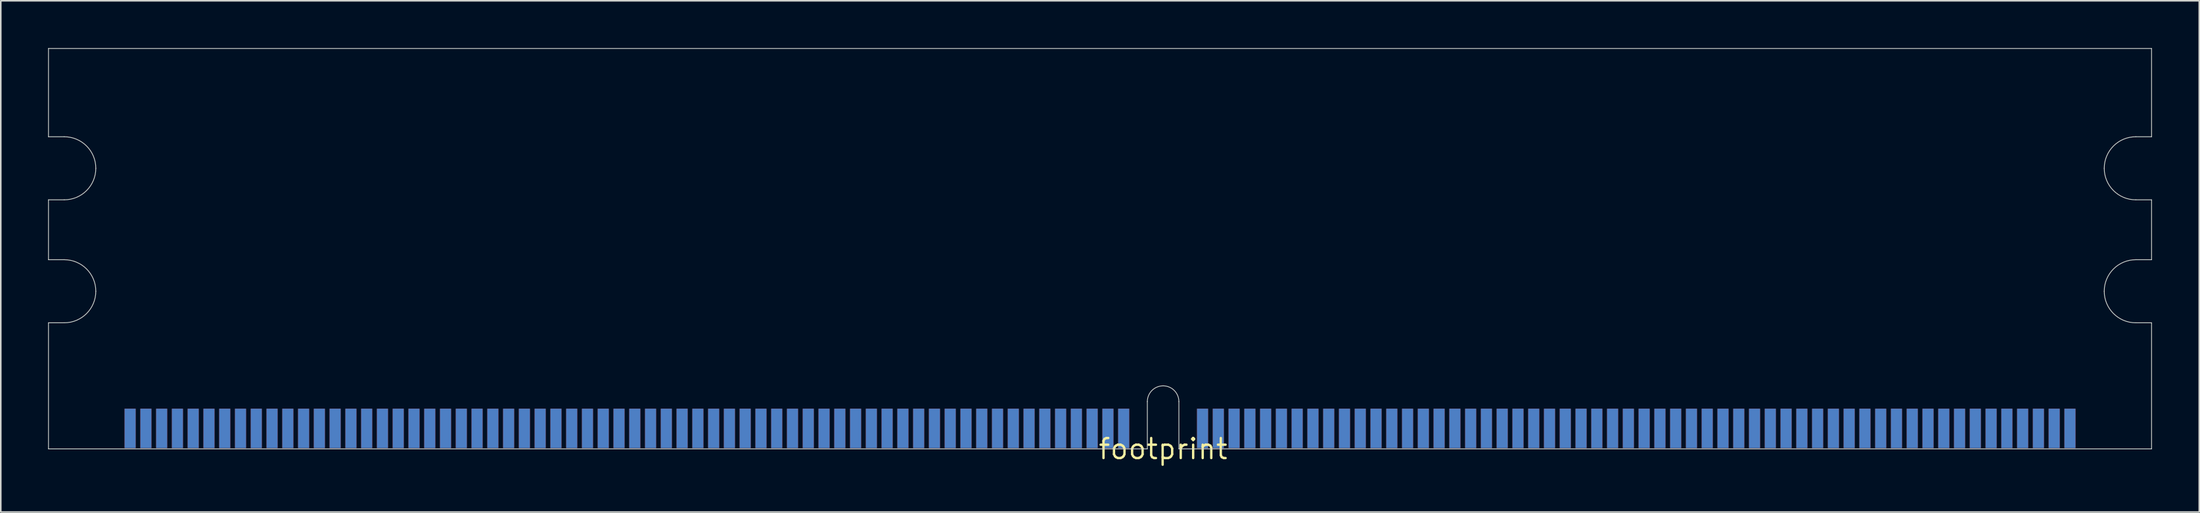
<source format=kicad_pcb>
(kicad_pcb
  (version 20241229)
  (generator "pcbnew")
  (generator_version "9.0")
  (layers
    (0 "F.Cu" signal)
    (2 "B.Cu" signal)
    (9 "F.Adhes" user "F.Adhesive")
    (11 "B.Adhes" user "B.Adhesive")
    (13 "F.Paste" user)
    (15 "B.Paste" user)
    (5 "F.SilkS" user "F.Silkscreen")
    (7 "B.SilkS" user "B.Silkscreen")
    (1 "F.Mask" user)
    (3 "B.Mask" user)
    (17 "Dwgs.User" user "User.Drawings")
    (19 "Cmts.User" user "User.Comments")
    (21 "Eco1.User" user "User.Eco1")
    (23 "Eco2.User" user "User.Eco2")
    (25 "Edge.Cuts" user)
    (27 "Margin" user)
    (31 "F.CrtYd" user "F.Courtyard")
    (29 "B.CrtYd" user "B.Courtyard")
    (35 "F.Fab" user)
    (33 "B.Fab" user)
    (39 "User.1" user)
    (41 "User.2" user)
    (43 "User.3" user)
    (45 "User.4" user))
  (footprint "footprint"
    (layer "F.Cu")
    (at 70.7 25.425)
    (property "Reference" "footprint" (at 0 0 0) (layer "F.SilkS") (effects (font (size 1.27 1.27) (thickness 0.15))))
    (fp_line (start -70.675 -25.4) (end -70.675 -19.8) (stroke (width 0.05) (type solid)) (layer "Edge.Cuts"))
    (fp_line (start -70.675 -15.8) (end -70.675 -12) (stroke (width 0.05) (type solid)) (layer "Edge.Cuts"))
    (fp_line (start -70.675 -15.8) (end -69.675 -15.8) (stroke (width 0.05) (type solid)) (layer "Edge.Cuts"))
    (fp_line (start -70.675 -8) (end -70.675 0) (stroke (width 0.05) (type solid)) (layer "Edge.Cuts"))
    (fp_line (start -70.675 -8) (end -69.675 -8) (stroke (width 0.05) (type solid)) (layer "Edge.Cuts"))
    (fp_line (start -70.675 0) (end -1 0) (stroke (width 0.05) (type solid)) (layer "Edge.Cuts"))
    (fp_line (start -69.675 -19.8) (end -70.675 -19.8) (stroke (width 0.05) (type solid)) (layer "Edge.Cuts"))
    (fp_line (start -69.675 -12) (end -70.675 -12) (stroke (width 0.05) (type solid)) (layer "Edge.Cuts"))
    (fp_line (start -1 0) (end -1 -3) (stroke (width 0.05) (type solid)) (layer "Edge.Cuts"))
    (fp_line (start 1 -3) (end 1 0) (stroke (width 0.05) (type solid)) (layer "Edge.Cuts"))
    (fp_line (start 1 0) (end 62.675 0) (stroke (width 0.05) (type solid)) (layer "Edge.Cuts"))
    (fp_line (start 61.675 -15.8) (end 62.675 -15.8) (stroke (width 0.05) (type solid)) (layer "Edge.Cuts"))
    (fp_line (start 61.675 -8) (end 62.675 -8) (stroke (width 0.05) (type solid)) (layer "Edge.Cuts"))
    (fp_line (start 62.675 -25.4) (end -70.675 -25.4) (stroke (width 0.05) (type solid)) (layer "Edge.Cuts"))
    (fp_line (start 62.675 -19.8) (end 61.675 -19.8) (stroke (width 0.05) (type solid)) (layer "Edge.Cuts"))
    (fp_line (start 62.675 -19.8) (end 62.675 -25.4) (stroke (width 0.05) (type solid)) (layer "Edge.Cuts"))
    (fp_line (start 62.675 -12) (end 61.675 -12) (stroke (width 0.05) (type solid)) (layer "Edge.Cuts"))
    (fp_line (start 62.675 -12) (end 62.675 -15.8) (stroke (width 0.05) (type solid)) (layer "Edge.Cuts"))
    (fp_line (start 62.675 0) (end 62.675 -8) (stroke (width 0.05) (type solid)) (layer "Edge.Cuts"))
    (fp_arc (start -69.675 -19.8) (mid -68.260786 -19.214214) (end -67.675 -17.8) (stroke (width 0.05) (type solid)) (layer "Edge.Cuts"))
    (fp_arc (start -69.675 -12) (mid -68.260786 -11.414214) (end -67.675 -10) (stroke (width 0.05) (type solid)) (layer "Edge.Cuts"))
    (fp_arc (start -67.675 -17.8) (mid -68.260786 -16.385786) (end -69.675 -15.8) (stroke (width 0.05) (type solid)) (layer "Edge.Cuts"))
    (fp_arc (start -67.675 -10) (mid -68.260786 -8.585786) (end -69.675 -8) (stroke (width 0.05) (type solid)) (layer "Edge.Cuts"))
    (fp_arc (start -1 -3) (mid -0.707107 -3.707107) (end 0 -4) (stroke (width 0.05) (type solid)) (layer "Edge.Cuts"))
    (fp_arc (start 0 -4) (mid 0.707107 -3.707107) (end 1 -3) (stroke (width 0.05) (type solid)) (layer "Edge.Cuts"))
    (fp_arc (start 59.675 -17.8) (mid 60.260786 -19.214214) (end 61.675 -19.8) (stroke (width 0.05) (type solid)) (layer "Edge.Cuts"))
    (fp_arc (start 59.675 -10) (mid 60.260786 -11.414214) (end 61.675 -12) (stroke (width 0.05) (type solid)) (layer "Edge.Cuts"))
    (fp_arc (start 61.675 -15.8) (mid 60.260786 -16.385786) (end 59.675 -17.8) (stroke (width 0.05) (type solid)) (layer "Edge.Cuts"))
    (fp_arc (start 61.675 -8) (mid 60.260786 -8.585786) (end 59.675 -10) (stroke (width 0.05) (type solid)) (layer "Edge.Cuts"))
    (pad "1" smd rect (at -65.5 -1.3) (size 0.7 2.5) (layers "F.Cu" "F.Mask" "F.Paste"))
    (pad "2" smd rect (at -64.5 -1.3) (size 0.7 2.5) (layers "F.Cu" "F.Mask" "F.Paste"))
    (pad "3" smd rect (at -63.5 -1.3) (size 0.7 2.5) (layers "F.Cu" "F.Mask" "F.Paste"))
    (pad "4" smd rect (at -62.5 -1.3) (size 0.7 2.5) (layers "F.Cu" "F.Mask" "F.Paste"))
    (pad "5" smd rect (at -61.5 -1.3) (size 0.7 2.5) (layers "F.Cu" "F.Mask" "F.Paste"))
    (pad "6" smd rect (at -60.5 -1.3) (size 0.7 2.5) (layers "F.Cu" "F.Mask" "F.Paste"))
    (pad "7" smd rect (at -59.5 -1.3) (size 0.7 2.5) (layers "F.Cu" "F.Mask" "F.Paste"))
    (pad "8" smd rect (at -58.5 -1.3) (size 0.7 2.5) (layers "F.Cu" "F.Mask" "F.Paste"))
    (pad "9" smd rect (at -57.5 -1.3) (size 0.7 2.5) (layers "F.Cu" "F.Mask" "F.Paste"))
    (pad "10" smd rect (at -56.5 -1.3) (size 0.7 2.5) (layers "F.Cu" "F.Mask" "F.Paste"))
    (pad "11" smd rect (at -55.5 -1.3) (size 0.7 2.5) (layers "F.Cu" "F.Mask" "F.Paste"))
    (pad "12" smd rect (at -54.5 -1.3) (size 0.7 2.5) (layers "F.Cu" "F.Mask" "F.Paste"))
    (pad "13" smd rect (at -53.5 -1.3) (size 0.7 2.5) (layers "F.Cu" "F.Mask" "F.Paste"))
    (pad "14" smd rect (at -52.5 -1.3) (size 0.7 2.5) (layers "F.Cu" "F.Mask" "F.Paste"))
    (pad "15" smd rect (at -51.5 -1.3) (size 0.7 2.5) (layers "F.Cu" "F.Mask" "F.Paste"))
    (pad "16" smd rect (at -50.5 -1.3) (size 0.7 2.5) (layers "F.Cu" "F.Mask" "F.Paste"))
    (pad "17" smd rect (at -49.5 -1.3) (size 0.7 2.5) (layers "F.Cu" "F.Mask" "F.Paste"))
    (pad "18" smd rect (at -48.5 -1.3) (size 0.7 2.5) (layers "F.Cu" "F.Mask" "F.Paste"))
    (pad "19" smd rect (at -47.5 -1.3) (size 0.7 2.5) (layers "F.Cu" "F.Mask" "F.Paste"))
    (pad "20" smd rect (at -46.5 -1.3) (size 0.7 2.5) (layers "F.Cu" "F.Mask" "F.Paste"))
    (pad "21" smd rect (at -45.5 -1.3) (size 0.7 2.5) (layers "F.Cu" "F.Mask" "F.Paste"))
    (pad "22" smd rect (at -44.5 -1.3) (size 0.7 2.5) (layers "F.Cu" "F.Mask" "F.Paste"))
    (pad "23" smd rect (at -43.5 -1.3) (size 0.7 2.5) (layers "F.Cu" "F.Mask" "F.Paste"))
    (pad "24" smd rect (at -42.5 -1.3) (size 0.7 2.5) (layers "F.Cu" "F.Mask" "F.Paste"))
    (pad "25" smd rect (at -41.5 -1.3) (size 0.7 2.5) (layers "F.Cu" "F.Mask" "F.Paste"))
    (pad "26" smd rect (at -40.5 -1.3) (size 0.7 2.5) (layers "F.Cu" "F.Mask" "F.Paste"))
    (pad "27" smd rect (at -39.5 -1.3) (size 0.7 2.5) (layers "F.Cu" "F.Mask" "F.Paste"))
    (pad "28" smd rect (at -38.5 -1.3) (size 0.7 2.5) (layers "F.Cu" "F.Mask" "F.Paste"))
    (pad "29" smd rect (at -37.5 -1.3) (size 0.7 2.5) (layers "F.Cu" "F.Mask" "F.Paste"))
    (pad "30" smd rect (at -36.5 -1.3) (size 0.7 2.5) (layers "F.Cu" "F.Mask" "F.Paste"))
    (pad "31" smd rect (at -35.5 -1.3) (size 0.7 2.5) (layers "F.Cu" "F.Mask" "F.Paste"))
    (pad "32" smd rect (at -34.5 -1.3) (size 0.7 2.5) (layers "F.Cu" "F.Mask" "F.Paste"))
    (pad "33" smd rect (at -33.5 -1.3) (size 0.7 2.5) (layers "F.Cu" "F.Mask" "F.Paste"))
    (pad "34" smd rect (at -32.5 -1.3) (size 0.7 2.5) (layers "F.Cu" "F.Mask" "F.Paste"))
    (pad "35" smd rect (at -31.5 -1.3) (size 0.7 2.5) (layers "F.Cu" "F.Mask" "F.Paste"))
    (pad "36" smd rect (at -30.5 -1.3) (size 0.7 2.5) (layers "F.Cu" "F.Mask" "F.Paste"))
    (pad "37" smd rect (at -29.5 -1.3) (size 0.7 2.5) (layers "F.Cu" "F.Mask" "F.Paste"))
    (pad "38" smd rect (at -28.5 -1.3) (size 0.7 2.5) (layers "F.Cu" "F.Mask" "F.Paste"))
    (pad "39" smd rect (at -27.5 -1.3) (size 0.7 2.5) (layers "F.Cu" "F.Mask" "F.Paste"))
    (pad "40" smd rect (at -26.5 -1.3) (size 0.7 2.5) (layers "F.Cu" "F.Mask" "F.Paste"))
    (pad "41" smd rect (at -25.5 -1.3) (size 0.7 2.5) (layers "F.Cu" "F.Mask" "F.Paste"))
    (pad "42" smd rect (at -24.5 -1.3) (size 0.7 2.5) (layers "F.Cu" "F.Mask" "F.Paste"))
    (pad "43" smd rect (at -23.5 -1.3) (size 0.7 2.5) (layers "F.Cu" "F.Mask" "F.Paste"))
    (pad "44" smd rect (at -22.5 -1.3) (size 0.7 2.5) (layers "F.Cu" "F.Mask" "F.Paste"))
    (pad "45" smd rect (at -21.5 -1.3) (size 0.7 2.5) (layers "F.Cu" "F.Mask" "F.Paste"))
    (pad "46" smd rect (at -20.5 -1.3) (size 0.7 2.5) (layers "F.Cu" "F.Mask" "F.Paste"))
    (pad "47" smd rect (at -19.5 -1.3) (size 0.7 2.5) (layers "F.Cu" "F.Mask" "F.Paste"))
    (pad "48" smd rect (at -18.5 -1.3) (size 0.7 2.5) (layers "F.Cu" "F.Mask" "F.Paste"))
    (pad "49" smd rect (at -17.5 -1.3) (size 0.7 2.5) (layers "F.Cu" "F.Mask" "F.Paste"))
    (pad "50" smd rect (at -16.5 -1.3) (size 0.7 2.5) (layers "F.Cu" "F.Mask" "F.Paste"))
    (pad "51" smd rect (at -15.5 -1.3) (size 0.7 2.5) (layers "F.Cu" "F.Mask" "F.Paste"))
    (pad "52" smd rect (at -14.5 -1.3) (size 0.7 2.5) (layers "F.Cu" "F.Mask" "F.Paste"))
    (pad "53" smd rect (at -13.5 -1.3) (size 0.7 2.5) (layers "F.Cu" "F.Mask" "F.Paste"))
    (pad "54" smd rect (at -12.5 -1.3) (size 0.7 2.5) (layers "F.Cu" "F.Mask" "F.Paste"))
    (pad "55" smd rect (at -11.5 -1.3) (size 0.7 2.5) (layers "F.Cu" "F.Mask" "F.Paste"))
    (pad "56" smd rect (at -10.5 -1.3) (size 0.7 2.5) (layers "F.Cu" "F.Mask" "F.Paste"))
    (pad "57" smd rect (at -9.5 -1.3) (size 0.7 2.5) (layers "F.Cu" "F.Mask" "F.Paste"))
    (pad "58" smd rect (at -8.5 -1.3) (size 0.7 2.5) (layers "F.Cu" "F.Mask" "F.Paste"))
    (pad "59" smd rect (at -7.5 -1.3) (size 0.7 2.5) (layers "F.Cu" "F.Mask" "F.Paste"))
    (pad "60" smd rect (at -6.5 -1.3) (size 0.7 2.5) (layers "F.Cu" "F.Mask" "F.Paste"))
    (pad "61" smd rect (at -5.5 -1.3) (size 0.7 2.5) (layers "F.Cu" "F.Mask" "F.Paste"))
    (pad "62" smd rect (at -4.5 -1.3) (size 0.7 2.5) (layers "F.Cu" "F.Mask" "F.Paste"))
    (pad "63" smd rect (at -3.5 -1.3) (size 0.7 2.5) (layers "F.Cu" "F.Mask" "F.Paste"))
    (pad "64" smd rect (at -2.5 -1.3) (size 0.7 2.5) (layers "F.Cu" "F.Mask" "F.Paste"))
    (pad "65" smd rect (at 2.5 -1.3) (size 0.7 2.5) (layers "F.Cu" "F.Mask" "F.Paste"))
    (pad "66" smd rect (at 3.5 -1.3) (size 0.7 2.5) (layers "F.Cu" "F.Mask" "F.Paste"))
    (pad "67" smd rect (at 4.5 -1.3) (size 0.7 2.5) (layers "F.Cu" "F.Mask" "F.Paste"))
    (pad "68" smd rect (at 5.5 -1.3) (size 0.7 2.5) (layers "F.Cu" "F.Mask" "F.Paste"))
    (pad "69" smd rect (at 6.5 -1.3) (size 0.7 2.5) (layers "F.Cu" "F.Mask" "F.Paste"))
    (pad "70" smd rect (at 7.5 -1.3) (size 0.7 2.5) (layers "F.Cu" "F.Mask" "F.Paste"))
    (pad "71" smd rect (at 8.5 -1.3) (size 0.7 2.5) (layers "F.Cu" "F.Mask" "F.Paste"))
    (pad "72" smd rect (at 9.5 -1.3) (size 0.7 2.5) (layers "F.Cu" "F.Mask" "F.Paste"))
    (pad "73" smd rect (at 10.5 -1.3) (size 0.7 2.5) (layers "F.Cu" "F.Mask" "F.Paste"))
    (pad "74" smd rect (at 11.5 -1.3) (size 0.7 2.5) (layers "F.Cu" "F.Mask" "F.Paste"))
    (pad "75" smd rect (at 12.5 -1.3) (size 0.7 2.5) (layers "F.Cu" "F.Mask" "F.Paste"))
    (pad "76" smd rect (at 13.5 -1.3) (size 0.7 2.5) (layers "F.Cu" "F.Mask" "F.Paste"))
    (pad "77" smd rect (at 14.5 -1.3) (size 0.7 2.5) (layers "F.Cu" "F.Mask" "F.Paste"))
    (pad "78" smd rect (at 15.5 -1.3) (size 0.7 2.5) (layers "F.Cu" "F.Mask" "F.Paste"))
    (pad "79" smd rect (at 16.5 -1.3) (size 0.7 2.5) (layers "F.Cu" "F.Mask" "F.Paste"))
    (pad "80" smd rect (at 17.5 -1.3) (size 0.7 2.5) (layers "F.Cu" "F.Mask" "F.Paste"))
    (pad "81" smd rect (at 18.5 -1.3) (size 0.7 2.5) (layers "F.Cu" "F.Mask" "F.Paste"))
    (pad "82" smd rect (at 19.5 -1.3) (size 0.7 2.5) (layers "F.Cu" "F.Mask" "F.Paste"))
    (pad "83" smd rect (at 20.5 -1.3) (size 0.7 2.5) (layers "F.Cu" "F.Mask" "F.Paste"))
    (pad "84" smd rect (at 21.5 -1.3) (size 0.7 2.5) (layers "F.Cu" "F.Mask" "F.Paste"))
    (pad "85" smd rect (at 22.5 -1.3) (size 0.7 2.5) (layers "F.Cu" "F.Mask" "F.Paste"))
    (pad "86" smd rect (at 23.5 -1.3) (size 0.7 2.5) (layers "F.Cu" "F.Mask" "F.Paste"))
    (pad "87" smd rect (at 24.5 -1.3) (size 0.7 2.5) (layers "F.Cu" "F.Mask" "F.Paste"))
    (pad "88" smd rect (at 25.5 -1.3) (size 0.7 2.5) (layers "F.Cu" "F.Mask" "F.Paste"))
    (pad "89" smd rect (at 26.5 -1.3) (size 0.7 2.5) (layers "F.Cu" "F.Mask" "F.Paste"))
    (pad "90" smd rect (at 27.5 -1.3) (size 0.7 2.5) (layers "F.Cu" "F.Mask" "F.Paste"))
    (pad "91" smd rect (at 28.5 -1.3) (size 0.7 2.5) (layers "F.Cu" "F.Mask" "F.Paste"))
    (pad "92" smd rect (at 29.5 -1.3) (size 0.7 2.5) (layers "F.Cu" "F.Mask" "F.Paste"))
    (pad "93" smd rect (at 30.5 -1.3) (size 0.7 2.5) (layers "F.Cu" "F.Mask" "F.Paste"))
    (pad "94" smd rect (at 31.5 -1.3) (size 0.7 2.5) (layers "F.Cu" "F.Mask" "F.Paste"))
    (pad "95" smd rect (at 32.5 -1.3) (size 0.7 2.5) (layers "F.Cu" "F.Mask" "F.Paste"))
    (pad "96" smd rect (at 33.5 -1.3) (size 0.7 2.5) (layers "F.Cu" "F.Mask" "F.Paste"))
    (pad "97" smd rect (at 34.5 -1.3) (size 0.7 2.5) (layers "F.Cu" "F.Mask" "F.Paste"))
    (pad "98" smd rect (at 35.5 -1.3) (size 0.7 2.5) (layers "F.Cu" "F.Mask" "F.Paste"))
    (pad "99" smd rect (at 36.5 -1.3) (size 0.7 2.5) (layers "F.Cu" "F.Mask" "F.Paste"))
    (pad "100" smd rect (at 37.5 -1.3) (size 0.7 2.5) (layers "F.Cu" "F.Mask" "F.Paste"))
    (pad "101" smd rect (at 38.5 -1.3) (size 0.7 2.5) (layers "F.Cu" "F.Mask" "F.Paste"))
    (pad "102" smd rect (at 39.5 -1.3) (size 0.7 2.5) (layers "F.Cu" "F.Mask" "F.Paste"))
    (pad "103" smd rect (at 40.5 -1.3) (size 0.7 2.5) (layers "F.Cu" "F.Mask" "F.Paste"))
    (pad "104" smd rect (at 41.5 -1.3) (size 0.7 2.5) (layers "F.Cu" "F.Mask" "F.Paste"))
    (pad "105" smd rect (at 42.5 -1.3) (size 0.7 2.5) (layers "F.Cu" "F.Mask" "F.Paste"))
    (pad "106" smd rect (at 43.5 -1.3) (size 0.7 2.5) (layers "F.Cu" "F.Mask" "F.Paste"))
    (pad "107" smd rect (at 44.5 -1.3) (size 0.7 2.5) (layers "F.Cu" "F.Mask" "F.Paste"))
    (pad "108" smd rect (at 45.5 -1.3) (size 0.7 2.5) (layers "F.Cu" "F.Mask" "F.Paste"))
    (pad "109" smd rect (at 46.5 -1.3) (size 0.7 2.5) (layers "F.Cu" "F.Mask" "F.Paste"))
    (pad "110" smd rect (at 47.5 -1.3) (size 0.7 2.5) (layers "F.Cu" "F.Mask" "F.Paste"))
    (pad "111" smd rect (at 48.5 -1.3) (size 0.7 2.5) (layers "F.Cu" "F.Mask" "F.Paste"))
    (pad "112" smd rect (at 49.5 -1.3) (size 0.7 2.5) (layers "F.Cu" "F.Mask" "F.Paste"))
    (pad "113" smd rect (at 50.5 -1.3) (size 0.7 2.5) (layers "F.Cu" "F.Mask" "F.Paste"))
    (pad "114" smd rect (at 51.5 -1.3) (size 0.7 2.5) (layers "F.Cu" "F.Mask" "F.Paste"))
    (pad "115" smd rect (at 52.5 -1.3) (size 0.7 2.5) (layers "F.Cu" "F.Mask" "F.Paste"))
    (pad "116" smd rect (at 53.5 -1.3) (size 0.7 2.5) (layers "F.Cu" "F.Mask" "F.Paste"))
    (pad "117" smd rect (at 54.5 -1.3) (size 0.7 2.5) (layers "F.Cu" "F.Mask" "F.Paste"))
    (pad "118" smd rect (at 55.5 -1.3) (size 0.7 2.5) (layers "F.Cu" "F.Mask" "F.Paste"))
    (pad "119" smd rect (at 56.5 -1.3) (size 0.7 2.5) (layers "F.Cu" "F.Mask" "F.Paste"))
    (pad "120" smd rect (at 57.5 -1.3) (size 0.7 2.5) (layers "F.Cu" "F.Mask" "F.Paste"))
    (pad "121" smd rect (at -65.5 -1.3) (size 0.7 2.5) (layers "B.Cu" "B.Mask" "B.Paste"))
    (pad "122" smd rect (at -64.5 -1.3) (size 0.7 2.5) (layers "B.Cu" "B.Mask" "B.Paste"))
    (pad "123" smd rect (at -63.5 -1.3) (size 0.7 2.5) (layers "B.Cu" "B.Mask" "B.Paste"))
    (pad "124" smd rect (at -62.5 -1.3) (size 0.7 2.5) (layers "B.Cu" "B.Mask" "B.Paste"))
    (pad "125" smd rect (at -61.5 -1.3) (size 0.7 2.5) (layers "B.Cu" "B.Mask" "B.Paste"))
    (pad "126" smd rect (at -60.5 -1.3) (size 0.7 2.5) (layers "B.Cu" "B.Mask" "B.Paste"))
    (pad "127" smd rect (at -59.5 -1.3) (size 0.7 2.5) (layers "B.Cu" "B.Mask" "B.Paste"))
    (pad "128" smd rect (at -58.5 -1.3) (size 0.7 2.5) (layers "B.Cu" "B.Mask" "B.Paste"))
    (pad "129" smd rect (at -57.5 -1.3) (size 0.7 2.5) (layers "B.Cu" "B.Mask" "B.Paste"))
    (pad "130" smd rect (at -56.5 -1.3) (size 0.7 2.5) (layers "B.Cu" "B.Mask" "B.Paste"))
    (pad "131" smd rect (at -55.5 -1.3) (size 0.7 2.5) (layers "B.Cu" "B.Mask" "B.Paste"))
    (pad "132" smd rect (at -54.5 -1.3) (size 0.7 2.5) (layers "B.Cu" "B.Mask" "B.Paste"))
    (pad "133" smd rect (at -53.5 -1.3) (size 0.7 2.5) (layers "B.Cu" "B.Mask" "B.Paste"))
    (pad "134" smd rect (at -52.5 -1.3) (size 0.7 2.5) (layers "B.Cu" "B.Mask" "B.Paste"))
    (pad "135" smd rect (at -51.5 -1.3) (size 0.7 2.5) (layers "B.Cu" "B.Mask" "B.Paste"))
    (pad "136" smd rect (at -50.5 -1.3) (size 0.7 2.5) (layers "B.Cu" "B.Mask" "B.Paste"))
    (pad "137" smd rect (at -49.5 -1.3) (size 0.7 2.5) (layers "B.Cu" "B.Mask" "B.Paste"))
    (pad "138" smd rect (at -48.5 -1.3) (size 0.7 2.5) (layers "B.Cu" "B.Mask" "B.Paste"))
    (pad "139" smd rect (at -47.5 -1.3) (size 0.7 2.5) (layers "B.Cu" "B.Mask" "B.Paste"))
    (pad "140" smd rect (at -46.5 -1.3) (size 0.7 2.5) (layers "B.Cu" "B.Mask" "B.Paste"))
    (pad "141" smd rect (at -45.5 -1.3) (size 0.7 2.5) (layers "B.Cu" "B.Mask" "B.Paste"))
    (pad "142" smd rect (at -44.5 -1.3) (size 0.7 2.5) (layers "B.Cu" "B.Mask" "B.Paste"))
    (pad "143" smd rect (at -43.5 -1.3) (size 0.7 2.5) (layers "B.Cu" "B.Mask" "B.Paste"))
    (pad "144" smd rect (at -42.5 -1.3) (size 0.7 2.5) (layers "B.Cu" "B.Mask" "B.Paste"))
    (pad "145" smd rect (at -41.5 -1.3) (size 0.7 2.5) (layers "B.Cu" "B.Mask" "B.Paste"))
    (pad "146" smd rect (at -40.5 -1.3) (size 0.7 2.5) (layers "B.Cu" "B.Mask" "B.Paste"))
    (pad "147" smd rect (at -39.5 -1.3) (size 0.7 2.5) (layers "B.Cu" "B.Mask" "B.Paste"))
    (pad "148" smd rect (at -38.5 -1.3) (size 0.7 2.5) (layers "B.Cu" "B.Mask" "B.Paste"))
    (pad "149" smd rect (at -37.5 -1.3) (size 0.7 2.5) (layers "B.Cu" "B.Mask" "B.Paste"))
    (pad "150" smd rect (at -36.5 -1.3) (size 0.7 2.5) (layers "B.Cu" "B.Mask" "B.Paste"))
    (pad "151" smd rect (at -35.5 -1.3) (size 0.7 2.5) (layers "B.Cu" "B.Mask" "B.Paste"))
    (pad "152" smd rect (at -34.5 -1.3) (size 0.7 2.5) (layers "B.Cu" "B.Mask" "B.Paste"))
    (pad "153" smd rect (at -33.5 -1.3) (size 0.7 2.5) (layers "B.Cu" "B.Mask" "B.Paste"))
    (pad "154" smd rect (at -32.5 -1.3) (size 0.7 2.5) (layers "B.Cu" "B.Mask" "B.Paste"))
    (pad "155" smd rect (at -31.5 -1.3) (size 0.7 2.5) (layers "B.Cu" "B.Mask" "B.Paste"))
    (pad "156" smd rect (at -30.5 -1.3) (size 0.7 2.5) (layers "B.Cu" "B.Mask" "B.Paste"))
    (pad "157" smd rect (at -29.5 -1.3) (size 0.7 2.5) (layers "B.Cu" "B.Mask" "B.Paste"))
    (pad "158" smd rect (at -28.5 -1.3) (size 0.7 2.5) (layers "B.Cu" "B.Mask" "B.Paste"))
    (pad "159" smd rect (at -27.5 -1.3) (size 0.7 2.5) (layers "B.Cu" "B.Mask" "B.Paste"))
    (pad "160" smd rect (at -26.5 -1.3) (size 0.7 2.5) (layers "B.Cu" "B.Mask" "B.Paste"))
    (pad "161" smd rect (at -25.5 -1.3) (size 0.7 2.5) (layers "B.Cu" "B.Mask" "B.Paste"))
    (pad "162" smd rect (at -24.5 -1.3) (size 0.7 2.5) (layers "B.Cu" "B.Mask" "B.Paste"))
    (pad "163" smd rect (at -23.5 -1.3) (size 0.7 2.5) (layers "B.Cu" "B.Mask" "B.Paste"))
    (pad "164" smd rect (at -22.5 -1.3) (size 0.7 2.5) (layers "B.Cu" "B.Mask" "B.Paste"))
    (pad "165" smd rect (at -21.5 -1.3) (size 0.7 2.5) (layers "B.Cu" "B.Mask" "B.Paste"))
    (pad "166" smd rect (at -20.5 -1.3) (size 0.7 2.5) (layers "B.Cu" "B.Mask" "B.Paste"))
    (pad "167" smd rect (at -19.5 -1.3) (size 0.7 2.5) (layers "B.Cu" "B.Mask" "B.Paste"))
    (pad "168" smd rect (at -18.5 -1.3) (size 0.7 2.5) (layers "B.Cu" "B.Mask" "B.Paste"))
    (pad "169" smd rect (at -17.5 -1.3) (size 0.7 2.5) (layers "B.Cu" "B.Mask" "B.Paste"))
    (pad "170" smd rect (at -16.5 -1.3) (size 0.7 2.5) (layers "B.Cu" "B.Mask" "B.Paste"))
    (pad "171" smd rect (at -15.5 -1.3) (size 0.7 2.5) (layers "B.Cu" "B.Mask" "B.Paste"))
    (pad "172" smd rect (at -14.5 -1.3) (size 0.7 2.5) (layers "B.Cu" "B.Mask" "B.Paste"))
    (pad "173" smd rect (at -13.5 -1.3) (size 0.7 2.5) (layers "B.Cu" "B.Mask" "B.Paste"))
    (pad "174" smd rect (at -12.5 -1.3) (size 0.7 2.5) (layers "B.Cu" "B.Mask" "B.Paste"))
    (pad "175" smd rect (at -11.5 -1.3) (size 0.7 2.5) (layers "B.Cu" "B.Mask" "B.Paste"))
    (pad "176" smd rect (at -10.5 -1.3) (size 0.7 2.5) (layers "B.Cu" "B.Mask" "B.Paste"))
    (pad "177" smd rect (at -9.5 -1.3) (size 0.7 2.5) (layers "B.Cu" "B.Mask" "B.Paste"))
    (pad "178" smd rect (at -8.5 -1.3) (size 0.7 2.5) (layers "B.Cu" "B.Mask" "B.Paste"))
    (pad "179" smd rect (at -7.5 -1.3) (size 0.7 2.5) (layers "B.Cu" "B.Mask" "B.Paste"))
    (pad "180" smd rect (at -6.5 -1.3) (size 0.7 2.5) (layers "B.Cu" "B.Mask" "B.Paste"))
    (pad "181" smd rect (at -5.5 -1.3) (size 0.7 2.5) (layers "B.Cu" "B.Mask" "B.Paste"))
    (pad "182" smd rect (at -4.5 -1.3) (size 0.7 2.5) (layers "B.Cu" "B.Mask" "B.Paste"))
    (pad "183" smd rect (at -3.5 -1.3) (size 0.7 2.5) (layers "B.Cu" "B.Mask" "B.Paste"))
    (pad "184" smd rect (at -2.5 -1.3) (size 0.7 2.5) (layers "B.Cu" "B.Mask" "B.Paste"))
    (pad "185" smd rect (at 2.5 -1.3) (size 0.7 2.5) (layers "B.Cu" "B.Mask" "B.Paste"))
    (pad "186" smd rect (at 3.5 -1.3) (size 0.7 2.5) (layers "B.Cu" "B.Mask" "B.Paste"))
    (pad "187" smd rect (at 4.5 -1.3) (size 0.7 2.5) (layers "B.Cu" "B.Mask" "B.Paste"))
    (pad "188" smd rect (at 5.5 -1.3) (size 0.7 2.5) (layers "B.Cu" "B.Mask" "B.Paste"))
    (pad "189" smd rect (at 6.5 -1.3) (size 0.7 2.5) (layers "B.Cu" "B.Mask" "B.Paste"))
    (pad "190" smd rect (at 7.5 -1.3) (size 0.7 2.5) (layers "B.Cu" "B.Mask" "B.Paste"))
    (pad "191" smd rect (at 8.5 -1.3) (size 0.7 2.5) (layers "B.Cu" "B.Mask" "B.Paste"))
    (pad "192" smd rect (at 9.5 -1.3) (size 0.7 2.5) (layers "B.Cu" "B.Mask" "B.Paste"))
    (pad "193" smd rect (at 10.5 -1.3) (size 0.7 2.5) (layers "B.Cu" "B.Mask" "B.Paste"))
    (pad "194" smd rect (at 11.5 -1.3) (size 0.7 2.5) (layers "B.Cu" "B.Mask" "B.Paste"))
    (pad "195" smd rect (at 12.5 -1.3) (size 0.7 2.5) (layers "B.Cu" "B.Mask" "B.Paste"))
    (pad "196" smd rect (at 13.5 -1.3) (size 0.7 2.5) (layers "B.Cu" "B.Mask" "B.Paste"))
    (pad "197" smd rect (at 14.5 -1.3) (size 0.7 2.5) (layers "B.Cu" "B.Mask" "B.Paste"))
    (pad "198" smd rect (at 15.5 -1.3) (size 0.7 2.5) (layers "B.Cu" "B.Mask" "B.Paste"))
    (pad "199" smd rect (at 16.5 -1.3) (size 0.7 2.5) (layers "B.Cu" "B.Mask" "B.Paste"))
    (pad "200" smd rect (at 17.5 -1.3) (size 0.7 2.5) (layers "B.Cu" "B.Mask" "B.Paste"))
    (pad "201" smd rect (at 18.5 -1.3) (size 0.7 2.5) (layers "B.Cu" "B.Mask" "B.Paste"))
    (pad "202" smd rect (at 19.5 -1.3) (size 0.7 2.5) (layers "B.Cu" "B.Mask" "B.Paste"))
    (pad "203" smd rect (at 20.5 -1.3) (size 0.7 2.5) (layers "B.Cu" "B.Mask" "B.Paste"))
    (pad "204" smd rect (at 21.5 -1.3) (size 0.7 2.5) (layers "B.Cu" "B.Mask" "B.Paste"))
    (pad "205" smd rect (at 22.5 -1.3) (size 0.7 2.5) (layers "B.Cu" "B.Mask" "B.Paste"))
    (pad "206" smd rect (at 23.5 -1.3) (size 0.7 2.5) (layers "B.Cu" "B.Mask" "B.Paste"))
    (pad "207" smd rect (at 24.5 -1.3) (size 0.7 2.5) (layers "B.Cu" "B.Mask" "B.Paste"))
    (pad "208" smd rect (at 25.5 -1.3) (size 0.7 2.5) (layers "B.Cu" "B.Mask" "B.Paste"))
    (pad "209" smd rect (at 26.5 -1.3) (size 0.7 2.5) (layers "B.Cu" "B.Mask" "B.Paste"))
    (pad "210" smd rect (at 27.5 -1.3) (size 0.7 2.5) (layers "B.Cu" "B.Mask" "B.Paste"))
    (pad "211" smd rect (at 28.5 -1.3) (size 0.7 2.5) (layers "B.Cu" "B.Mask" "B.Paste"))
    (pad "212" smd rect (at 29.5 -1.3) (size 0.7 2.5) (layers "B.Cu" "B.Mask" "B.Paste"))
    (pad "213" smd rect (at 30.5 -1.3) (size 0.7 2.5) (layers "B.Cu" "B.Mask" "B.Paste"))
    (pad "214" smd rect (at 31.5 -1.3) (size 0.7 2.5) (layers "B.Cu" "B.Mask" "B.Paste"))
    (pad "215" smd rect (at 32.5 -1.3) (size 0.7 2.5) (layers "B.Cu" "B.Mask" "B.Paste"))
    (pad "216" smd rect (at 33.5 -1.3) (size 0.7 2.5) (layers "B.Cu" "B.Mask" "B.Paste"))
    (pad "217" smd rect (at 34.5 -1.3) (size 0.7 2.5) (layers "B.Cu" "B.Mask" "B.Paste"))
    (pad "218" smd rect (at 35.5 -1.3) (size 0.7 2.5) (layers "B.Cu" "B.Mask" "B.Paste"))
    (pad "219" smd rect (at 36.5 -1.3) (size 0.7 2.5) (layers "B.Cu" "B.Mask" "B.Paste"))
    (pad "220" smd rect (at 37.5 -1.3) (size 0.7 2.5) (layers "B.Cu" "B.Mask" "B.Paste"))
    (pad "221" smd rect (at 38.5 -1.3) (size 0.7 2.5) (layers "B.Cu" "B.Mask" "B.Paste"))
    (pad "222" smd rect (at 39.5 -1.3) (size 0.7 2.5) (layers "B.Cu" "B.Mask" "B.Paste"))
    (pad "223" smd rect (at 40.5 -1.3) (size 0.7 2.5) (layers "B.Cu" "B.Mask" "B.Paste"))
    (pad "224" smd rect (at 41.5 -1.3) (size 0.7 2.5) (layers "B.Cu" "B.Mask" "B.Paste"))
    (pad "225" smd rect (at 42.5 -1.3) (size 0.7 2.5) (layers "B.Cu" "B.Mask" "B.Paste"))
    (pad "226" smd rect (at 43.5 -1.3) (size 0.7 2.5) (layers "B.Cu" "B.Mask" "B.Paste"))
    (pad "227" smd rect (at 44.5 -1.3) (size 0.7 2.5) (layers "B.Cu" "B.Mask" "B.Paste"))
    (pad "228" smd rect (at 45.5 -1.3) (size 0.7 2.5) (layers "B.Cu" "B.Mask" "B.Paste"))
    (pad "229" smd rect (at 46.5 -1.3) (size 0.7 2.5) (layers "B.Cu" "B.Mask" "B.Paste"))
    (pad "230" smd rect (at 47.5 -1.3) (size 0.7 2.5) (layers "B.Cu" "B.Mask" "B.Paste"))
    (pad "231" smd rect (at 48.5 -1.3) (size 0.7 2.5) (layers "B.Cu" "B.Mask" "B.Paste"))
    (pad "232" smd rect (at 49.5 -1.3) (size 0.7 2.5) (layers "B.Cu" "B.Mask" "B.Paste"))
    (pad "233" smd rect (at 50.5 -1.3) (size 0.7 2.5) (layers "B.Cu" "B.Mask" "B.Paste"))
    (pad "234" smd rect (at 51.5 -1.3) (size 0.7 2.5) (layers "B.Cu" "B.Mask" "B.Paste"))
    (pad "235" smd rect (at 52.5 -1.3) (size 0.7 2.5) (layers "B.Cu" "B.Mask" "B.Paste"))
    (pad "236" smd rect (at 53.5 -1.3) (size 0.7 2.5) (layers "B.Cu" "B.Mask" "B.Paste"))
    (pad "237" smd rect (at 54.5 -1.3) (size 0.7 2.5) (layers "B.Cu" "B.Mask" "B.Paste"))
    (pad "238" smd rect (at 55.5 -1.3) (size 0.7 2.5) (layers "B.Cu" "B.Mask" "B.Paste"))
    (pad "239" smd rect (at 56.5 -1.3) (size 0.7 2.5) (layers "B.Cu" "B.Mask" "B.Paste"))
    (pad "240" smd rect (at 57.5 -1.3) (size 0.7 2.5) (layers "B.Cu" "B.Mask" "B.Paste")))
  (gr_rect
    (start -3 -3)
    (end 136.4 29.431)
    (stroke (width 0.1) (type default))
    (fill no)
    (layer "Edge.Cuts")))
</source>
